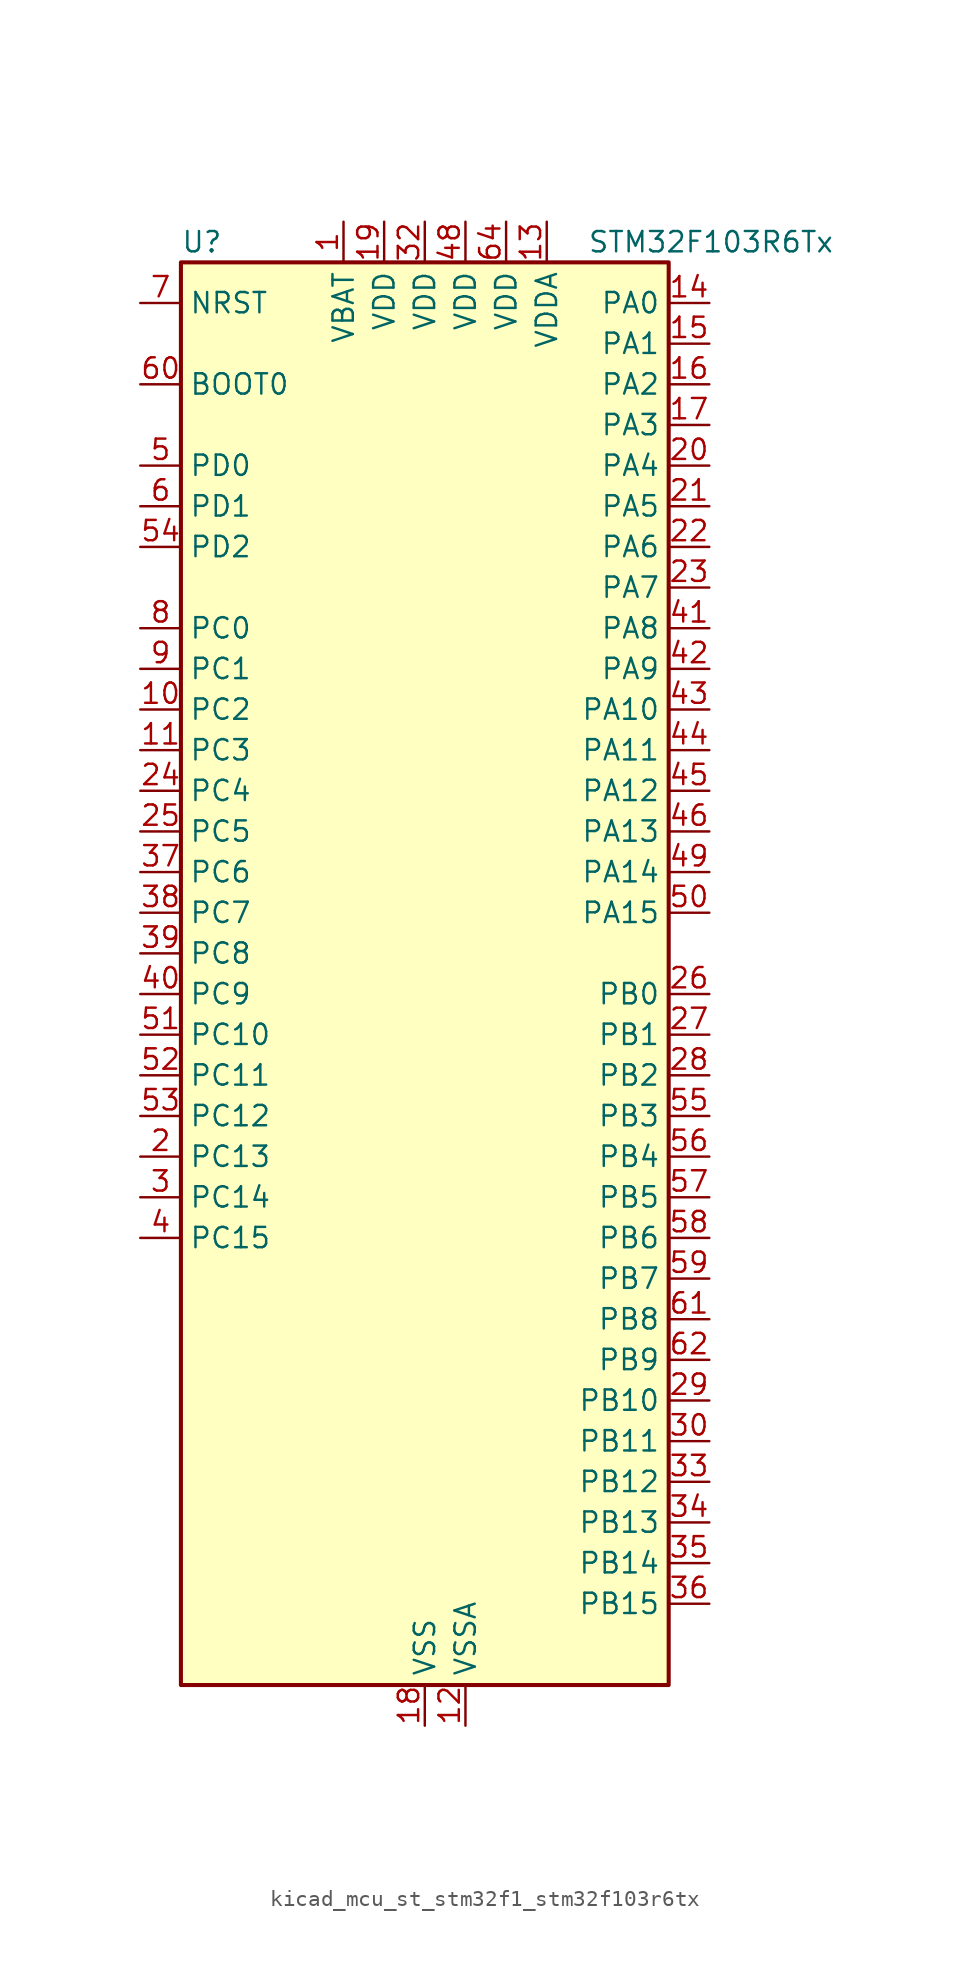
<source format=kicad_sym>
(kicad_symbol_lib
  (version 20220914)
  (generator kicad_symbol_editor)
  (symbol "kicad_mcu_st_stm32f1_stm32f103r6tx"
    (property "Reference" "U"
      (at -15.24 46.99 0)
      (effects (font (size 1.27 1.27)) (justify left)))
    (property "Value" "STM32F103R6Tx"
      (at 10.16 46.99 0)
      (effects (font (size 1.27 1.27)) (justify left)))
    (property "ki_locked" ""
      (at 0 0 0)
      (effects (font (size 1.27 1.27))))
    (symbol "kicad_mcu_st_stm32f1_stm32f103r6tx_0_1"
      (rectangle (start -15.24 -43.18) (end 15.24 45.72) (stroke (width 0.254) (type default)) (fill (type background))))
    (symbol "kicad_mcu_st_stm32f1_stm32f103r6tx_1_1"
      (pin power_in line (at -5.08 48.26 270) (length 2.54) (name "VBAT" (effects (font (size 1.27 1.27)))) (number "1" (effects (font (size 1.27 1.27)))))
      (pin bidirectional line (at -17.78 17.78 0) (length 2.54) (name "PC2" (effects (font (size 1.27 1.27)))) (number "10" (effects (font (size 1.27 1.27)))) (alternate "ADC1_IN12" bidirectional line) (alternate "ADC2_IN12" bidirectional line))
      (pin bidirectional line (at -17.78 15.24 0) (length 2.54) (name "PC3" (effects (font (size 1.27 1.27)))) (number "11" (effects (font (size 1.27 1.27)))) (alternate "ADC1_IN13" bidirectional line) (alternate "ADC2_IN13" bidirectional line))
      (pin power_in line (at 2.54 -45.72 90) (length 2.54) (name "VSSA" (effects (font (size 1.27 1.27)))) (number "12" (effects (font (size 1.27 1.27)))))
      (pin power_in line (at 7.62 48.26 270) (length 2.54) (name "VDDA" (effects (font (size 1.27 1.27)))) (number "13" (effects (font (size 1.27 1.27)))))
      (pin bidirectional line (at 17.78 43.18 180) (length 2.54) (name "PA0" (effects (font (size 1.27 1.27)))) (number "14" (effects (font (size 1.27 1.27)))) (alternate "ADC1_IN0" bidirectional line) (alternate "ADC2_IN0" bidirectional line) (alternate "SYS_WKUP" bidirectional line) (alternate "TIM2_CH1" bidirectional line) (alternate "TIM2_ETR" bidirectional line) (alternate "USART2_CTS" bidirectional line))
      (pin bidirectional line (at 17.78 40.64 180) (length 2.54) (name "PA1" (effects (font (size 1.27 1.27)))) (number "15" (effects (font (size 1.27 1.27)))) (alternate "ADC1_IN1" bidirectional line) (alternate "ADC2_IN1" bidirectional line) (alternate "TIM2_CH2" bidirectional line) (alternate "USART2_RTS" bidirectional line))
      (pin bidirectional line (at 17.78 38.1 180) (length 2.54) (name "PA2" (effects (font (size 1.27 1.27)))) (number "16" (effects (font (size 1.27 1.27)))) (alternate "ADC1_IN2" bidirectional line) (alternate "ADC2_IN2" bidirectional line) (alternate "TIM2_CH3" bidirectional line) (alternate "USART2_TX" bidirectional line))
      (pin bidirectional line (at 17.78 35.56 180) (length 2.54) (name "PA3" (effects (font (size 1.27 1.27)))) (number "17" (effects (font (size 1.27 1.27)))) (alternate "ADC1_IN3" bidirectional line) (alternate "ADC2_IN3" bidirectional line) (alternate "TIM2_CH4" bidirectional line) (alternate "USART2_RX" bidirectional line))
      (pin power_in line (at 0 -45.72 90) (length 2.54) (name "VSS" (effects (font (size 1.27 1.27)))) (number "18" (effects (font (size 1.27 1.27)))))
      (pin power_in line (at -2.54 48.26 270) (length 2.54) (name "VDD" (effects (font (size 1.27 1.27)))) (number "19" (effects (font (size 1.27 1.27)))))
      (pin bidirectional line (at -17.78 -10.16 0) (length 2.54) (name "PC13" (effects (font (size 1.27 1.27)))) (number "2" (effects (font (size 1.27 1.27)))) (alternate "RTC_OUT" bidirectional line) (alternate "RTC_TAMPER" bidirectional line))
      (pin bidirectional line (at 17.78 33.02 180) (length 2.54) (name "PA4" (effects (font (size 1.27 1.27)))) (number "20" (effects (font (size 1.27 1.27)))) (alternate "ADC1_IN4" bidirectional line) (alternate "ADC2_IN4" bidirectional line) (alternate "SPI1_NSS" bidirectional line) (alternate "USART2_CK" bidirectional line))
      (pin bidirectional line (at 17.78 30.48 180) (length 2.54) (name "PA5" (effects (font (size 1.27 1.27)))) (number "21" (effects (font (size 1.27 1.27)))) (alternate "ADC1_IN5" bidirectional line) (alternate "ADC2_IN5" bidirectional line) (alternate "SPI1_SCK" bidirectional line))
      (pin bidirectional line (at 17.78 27.94 180) (length 2.54) (name "PA6" (effects (font (size 1.27 1.27)))) (number "22" (effects (font (size 1.27 1.27)))) (alternate "ADC1_IN6" bidirectional line) (alternate "ADC2_IN6" bidirectional line) (alternate "SPI1_MISO" bidirectional line) (alternate "TIM1_BKIN" bidirectional line) (alternate "TIM3_CH1" bidirectional line))
      (pin bidirectional line (at 17.78 25.4 180) (length 2.54) (name "PA7" (effects (font (size 1.27 1.27)))) (number "23" (effects (font (size 1.27 1.27)))) (alternate "ADC1_IN7" bidirectional line) (alternate "ADC2_IN7" bidirectional line) (alternate "SPI1_MOSI" bidirectional line) (alternate "TIM1_CH1N" bidirectional line) (alternate "TIM3_CH2" bidirectional line))
      (pin bidirectional line (at -17.78 12.7 0) (length 2.54) (name "PC4" (effects (font (size 1.27 1.27)))) (number "24" (effects (font (size 1.27 1.27)))) (alternate "ADC1_IN14" bidirectional line) (alternate "ADC2_IN14" bidirectional line))
      (pin bidirectional line (at -17.78 10.16 0) (length 2.54) (name "PC5" (effects (font (size 1.27 1.27)))) (number "25" (effects (font (size 1.27 1.27)))) (alternate "ADC1_IN15" bidirectional line) (alternate "ADC2_IN15" bidirectional line))
      (pin bidirectional line (at 17.78 0 180) (length 2.54) (name "PB0" (effects (font (size 1.27 1.27)))) (number "26" (effects (font (size 1.27 1.27)))) (alternate "ADC1_IN8" bidirectional line) (alternate "ADC2_IN8" bidirectional line) (alternate "TIM1_CH2N" bidirectional line) (alternate "TIM3_CH3" bidirectional line))
      (pin bidirectional line (at 17.78 -2.54 180) (length 2.54) (name "PB1" (effects (font (size 1.27 1.27)))) (number "27" (effects (font (size 1.27 1.27)))) (alternate "ADC1_IN9" bidirectional line) (alternate "ADC2_IN9" bidirectional line) (alternate "TIM1_CH3N" bidirectional line) (alternate "TIM3_CH4" bidirectional line))
      (pin bidirectional line (at 17.78 -5.08 180) (length 2.54) (name "PB2" (effects (font (size 1.27 1.27)))) (number "28" (effects (font (size 1.27 1.27)))))
      (pin bidirectional line (at 17.78 -25.4 180) (length 2.54) (name "PB10" (effects (font (size 1.27 1.27)))) (number "29" (effects (font (size 1.27 1.27)))) (alternate "TIM2_CH3" bidirectional line))
      (pin bidirectional line (at -17.78 -12.7 0) (length 2.54) (name "PC14" (effects (font (size 1.27 1.27)))) (number "3" (effects (font (size 1.27 1.27)))) (alternate "RCC_OSC32_IN" bidirectional line))
      (pin bidirectional line (at 17.78 -27.94 180) (length 2.54) (name "PB11" (effects (font (size 1.27 1.27)))) (number "30" (effects (font (size 1.27 1.27)))) (alternate "ADC1_EXTI11" bidirectional line) (alternate "ADC2_EXTI11" bidirectional line) (alternate "TIM2_CH4" bidirectional line))
      (pin passive line (at 0 -45.72 90) (length 2.54) hide (name "VSS" (effects (font (size 1.27 1.27)))) (number "31" (effects (font (size 1.27 1.27)))))
      (pin power_in line (at 0 48.26 270) (length 2.54) (name "VDD" (effects (font (size 1.27 1.27)))) (number "32" (effects (font (size 1.27 1.27)))))
      (pin bidirectional line (at 17.78 -30.48 180) (length 2.54) (name "PB12" (effects (font (size 1.27 1.27)))) (number "33" (effects (font (size 1.27 1.27)))) (alternate "TIM1_BKIN" bidirectional line))
      (pin bidirectional line (at 17.78 -33.02 180) (length 2.54) (name "PB13" (effects (font (size 1.27 1.27)))) (number "34" (effects (font (size 1.27 1.27)))) (alternate "TIM1_CH1N" bidirectional line))
      (pin bidirectional line (at 17.78 -35.56 180) (length 2.54) (name "PB14" (effects (font (size 1.27 1.27)))) (number "35" (effects (font (size 1.27 1.27)))) (alternate "TIM1_CH2N" bidirectional line))
      (pin bidirectional line (at 17.78 -38.1 180) (length 2.54) (name "PB15" (effects (font (size 1.27 1.27)))) (number "36" (effects (font (size 1.27 1.27)))) (alternate "ADC1_EXTI15" bidirectional line) (alternate "ADC2_EXTI15" bidirectional line) (alternate "TIM1_CH3N" bidirectional line))
      (pin bidirectional line (at -17.78 7.62 0) (length 2.54) (name "PC6" (effects (font (size 1.27 1.27)))) (number "37" (effects (font (size 1.27 1.27)))) (alternate "TIM3_CH1" bidirectional line))
      (pin bidirectional line (at -17.78 5.08 0) (length 2.54) (name "PC7" (effects (font (size 1.27 1.27)))) (number "38" (effects (font (size 1.27 1.27)))) (alternate "TIM3_CH2" bidirectional line))
      (pin bidirectional line (at -17.78 2.54 0) (length 2.54) (name "PC8" (effects (font (size 1.27 1.27)))) (number "39" (effects (font (size 1.27 1.27)))) (alternate "TIM3_CH3" bidirectional line))
      (pin bidirectional line (at -17.78 -15.24 0) (length 2.54) (name "PC15" (effects (font (size 1.27 1.27)))) (number "4" (effects (font (size 1.27 1.27)))) (alternate "ADC1_EXTI15" bidirectional line) (alternate "ADC2_EXTI15" bidirectional line) (alternate "RCC_OSC32_OUT" bidirectional line))
      (pin bidirectional line (at -17.78 0 0) (length 2.54) (name "PC9" (effects (font (size 1.27 1.27)))) (number "40" (effects (font (size 1.27 1.27)))) (alternate "TIM3_CH4" bidirectional line))
      (pin bidirectional line (at 17.78 22.86 180) (length 2.54) (name "PA8" (effects (font (size 1.27 1.27)))) (number "41" (effects (font (size 1.27 1.27)))) (alternate "RCC_MCO" bidirectional line) (alternate "TIM1_CH1" bidirectional line) (alternate "USART1_CK" bidirectional line))
      (pin bidirectional line (at 17.78 20.32 180) (length 2.54) (name "PA9" (effects (font (size 1.27 1.27)))) (number "42" (effects (font (size 1.27 1.27)))) (alternate "TIM1_CH2" bidirectional line) (alternate "USART1_TX" bidirectional line))
      (pin bidirectional line (at 17.78 17.78 180) (length 2.54) (name "PA10" (effects (font (size 1.27 1.27)))) (number "43" (effects (font (size 1.27 1.27)))) (alternate "TIM1_CH3" bidirectional line) (alternate "USART1_RX" bidirectional line))
      (pin bidirectional line (at 17.78 15.24 180) (length 2.54) (name "PA11" (effects (font (size 1.27 1.27)))) (number "44" (effects (font (size 1.27 1.27)))) (alternate "ADC1_EXTI11" bidirectional line) (alternate "ADC2_EXTI11" bidirectional line) (alternate "CAN_RX" bidirectional line) (alternate "TIM1_CH4" bidirectional line) (alternate "USART1_CTS" bidirectional line) (alternate "USB_DM" bidirectional line))
      (pin bidirectional line (at 17.78 12.7 180) (length 2.54) (name "PA12" (effects (font (size 1.27 1.27)))) (number "45" (effects (font (size 1.27 1.27)))) (alternate "CAN_TX" bidirectional line) (alternate "TIM1_ETR" bidirectional line) (alternate "USART1_RTS" bidirectional line) (alternate "USB_DP" bidirectional line))
      (pin bidirectional line (at 17.78 10.16 180) (length 2.54) (name "PA13" (effects (font (size 1.27 1.27)))) (number "46" (effects (font (size 1.27 1.27)))) (alternate "SYS_JTMS-SWDIO" bidirectional line))
      (pin passive line (at 0 -45.72 90) (length 2.54) hide (name "VSS" (effects (font (size 1.27 1.27)))) (number "47" (effects (font (size 1.27 1.27)))))
      (pin power_in line (at 2.54 48.26 270) (length 2.54) (name "VDD" (effects (font (size 1.27 1.27)))) (number "48" (effects (font (size 1.27 1.27)))))
      (pin bidirectional line (at 17.78 7.62 180) (length 2.54) (name "PA14" (effects (font (size 1.27 1.27)))) (number "49" (effects (font (size 1.27 1.27)))) (alternate "SYS_JTCK-SWCLK" bidirectional line))
      (pin bidirectional line (at -17.78 33.02 0) (length 2.54) (name "PD0" (effects (font (size 1.27 1.27)))) (number "5" (effects (font (size 1.27 1.27)))) (alternate "RCC_OSC_IN" bidirectional line))
      (pin bidirectional line (at 17.78 5.08 180) (length 2.54) (name "PA15" (effects (font (size 1.27 1.27)))) (number "50" (effects (font (size 1.27 1.27)))) (alternate "ADC1_EXTI15" bidirectional line) (alternate "ADC2_EXTI15" bidirectional line) (alternate "SPI1_NSS" bidirectional line) (alternate "SYS_JTDI" bidirectional line) (alternate "TIM2_CH1" bidirectional line) (alternate "TIM2_ETR" bidirectional line))
      (pin bidirectional line (at -17.78 -2.54 0) (length 2.54) (name "PC10" (effects (font (size 1.27 1.27)))) (number "51" (effects (font (size 1.27 1.27)))))
      (pin bidirectional line (at -17.78 -5.08 0) (length 2.54) (name "PC11" (effects (font (size 1.27 1.27)))) (number "52" (effects (font (size 1.27 1.27)))) (alternate "ADC1_EXTI11" bidirectional line) (alternate "ADC2_EXTI11" bidirectional line))
      (pin bidirectional line (at -17.78 -7.62 0) (length 2.54) (name "PC12" (effects (font (size 1.27 1.27)))) (number "53" (effects (font (size 1.27 1.27)))))
      (pin bidirectional line (at -17.78 27.94 0) (length 2.54) (name "PD2" (effects (font (size 1.27 1.27)))) (number "54" (effects (font (size 1.27 1.27)))) (alternate "TIM3_ETR" bidirectional line))
      (pin bidirectional line (at 17.78 -7.62 180) (length 2.54) (name "PB3" (effects (font (size 1.27 1.27)))) (number "55" (effects (font (size 1.27 1.27)))) (alternate "SPI1_SCK" bidirectional line) (alternate "SYS_JTDO-TRACESWO" bidirectional line) (alternate "TIM2_CH2" bidirectional line))
      (pin bidirectional line (at 17.78 -10.16 180) (length 2.54) (name "PB4" (effects (font (size 1.27 1.27)))) (number "56" (effects (font (size 1.27 1.27)))) (alternate "SPI1_MISO" bidirectional line) (alternate "SYS_NJTRST" bidirectional line) (alternate "TIM3_CH1" bidirectional line))
      (pin bidirectional line (at 17.78 -12.7 180) (length 2.54) (name "PB5" (effects (font (size 1.27 1.27)))) (number "57" (effects (font (size 1.27 1.27)))) (alternate "I2C1_SMBA" bidirectional line) (alternate "SPI1_MOSI" bidirectional line) (alternate "TIM3_CH2" bidirectional line))
      (pin bidirectional line (at 17.78 -15.24 180) (length 2.54) (name "PB6" (effects (font (size 1.27 1.27)))) (number "58" (effects (font (size 1.27 1.27)))) (alternate "I2C1_SCL" bidirectional line) (alternate "USART1_TX" bidirectional line))
      (pin bidirectional line (at 17.78 -17.78 180) (length 2.54) (name "PB7" (effects (font (size 1.27 1.27)))) (number "59" (effects (font (size 1.27 1.27)))) (alternate "I2C1_SDA" bidirectional line) (alternate "USART1_RX" bidirectional line))
      (pin bidirectional line (at -17.78 30.48 0) (length 2.54) (name "PD1" (effects (font (size 1.27 1.27)))) (number "6" (effects (font (size 1.27 1.27)))) (alternate "RCC_OSC_OUT" bidirectional line))
      (pin input line (at -17.78 38.1 0) (length 2.54) (name "BOOT0" (effects (font (size 1.27 1.27)))) (number "60" (effects (font (size 1.27 1.27)))))
      (pin bidirectional line (at 17.78 -20.32 180) (length 2.54) (name "PB8" (effects (font (size 1.27 1.27)))) (number "61" (effects (font (size 1.27 1.27)))) (alternate "CAN_RX" bidirectional line) (alternate "I2C1_SCL" bidirectional line))
      (pin bidirectional line (at 17.78 -22.86 180) (length 2.54) (name "PB9" (effects (font (size 1.27 1.27)))) (number "62" (effects (font (size 1.27 1.27)))) (alternate "CAN_TX" bidirectional line) (alternate "I2C1_SDA" bidirectional line))
      (pin passive line (at 0 -45.72 90) (length 2.54) hide (name "VSS" (effects (font (size 1.27 1.27)))) (number "63" (effects (font (size 1.27 1.27)))))
      (pin power_in line (at 5.08 48.26 270) (length 2.54) (name "VDD" (effects (font (size 1.27 1.27)))) (number "64" (effects (font (size 1.27 1.27)))))
      (pin input line (at -17.78 43.18 0) (length 2.54) (name "NRST" (effects (font (size 1.27 1.27)))) (number "7" (effects (font (size 1.27 1.27)))))
      (pin bidirectional line (at -17.78 22.86 0) (length 2.54) (name "PC0" (effects (font (size 1.27 1.27)))) (number "8" (effects (font (size 1.27 1.27)))) (alternate "ADC1_IN10" bidirectional line) (alternate "ADC2_IN10" bidirectional line))
      (pin bidirectional line (at -17.78 20.32 0) (length 2.54) (name "PC1" (effects (font (size 1.27 1.27)))) (number "9" (effects (font (size 1.27 1.27)))) (alternate "ADC1_IN11" bidirectional line) (alternate "ADC2_IN11" bidirectional line)))))
</source>
